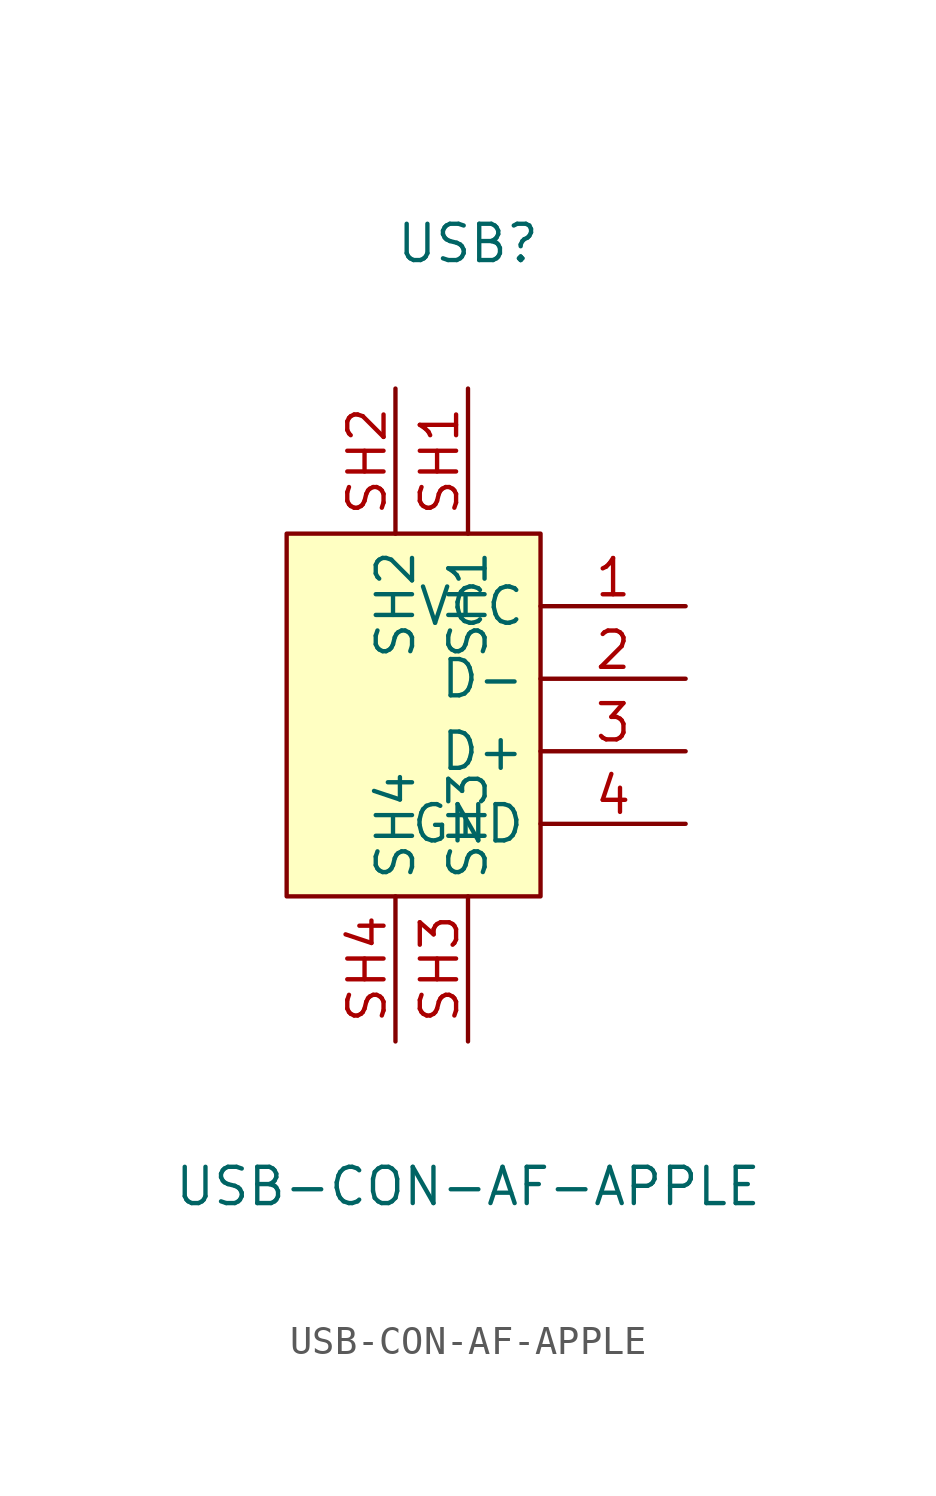
<source format=kicad_sym>
(kicad_symbol_lib
  (version 20211014)
  (generator https://github.com/uPesy/easyeda2kicad.py)
  (symbol "USB-CON-AF-APPLE"
    (property "Reference" "USB"
      (at 0 17.78 0)
      (effects (font (size 1.27 1.27))))
    (property "Value" "USB-CON-AF-APPLE"
      (at 0 -15.24 0)
      (effects (font (size 1.27 1.27))))
    (symbol "USB-CON-AF-APPLE_0_1"
      (rectangle (start -6.35 7.62) (end 2.54 -5.08) (stroke (width 0) (type default) (color 0 0 0 0)) (fill (type background)))
      (pin input line (at 7.62 5.08 180) (length 5.08) (name "VCC" (effects (font (size 1.27 1.27)))) (number "1" (effects (font (size 1.27 1.27)))))
      (pin input line (at 7.62 2.54 180) (length 5.08) (name "D-" (effects (font (size 1.27 1.27)))) (number "2" (effects (font (size 1.27 1.27)))))
      (pin input line (at 7.62 -0.00 180) (length 5.08) (name "D+" (effects (font (size 1.27 1.27)))) (number "3" (effects (font (size 1.27 1.27)))))
      (pin input line (at 7.62 -2.54 180) (length 5.08) (name "GND" (effects (font (size 1.27 1.27)))) (number "4" (effects (font (size 1.27 1.27)))))
      (pin unspecified line (at 0.00 12.70 270) (length 5.08) (name "SH1" (effects (font (size 1.27 1.27)))) (number "SH1" (effects (font (size 1.27 1.27)))))
      (pin unspecified line (at -2.54 12.70 270) (length 5.08) (name "SH2" (effects (font (size 1.27 1.27)))) (number "SH2" (effects (font (size 1.27 1.27)))))
      (pin unspecified line (at -2.54 -10.16 90) (length 5.08) (name "SH4" (effects (font (size 1.27 1.27)))) (number "SH4" (effects (font (size 1.27 1.27)))))
      (pin unspecified line (at 0.00 -10.16 90) (length 5.08) (name "SH3" (effects (font (size 1.27 1.27)))) (number "SH3" (effects (font (size 1.27 1.27))))))))
</source>
